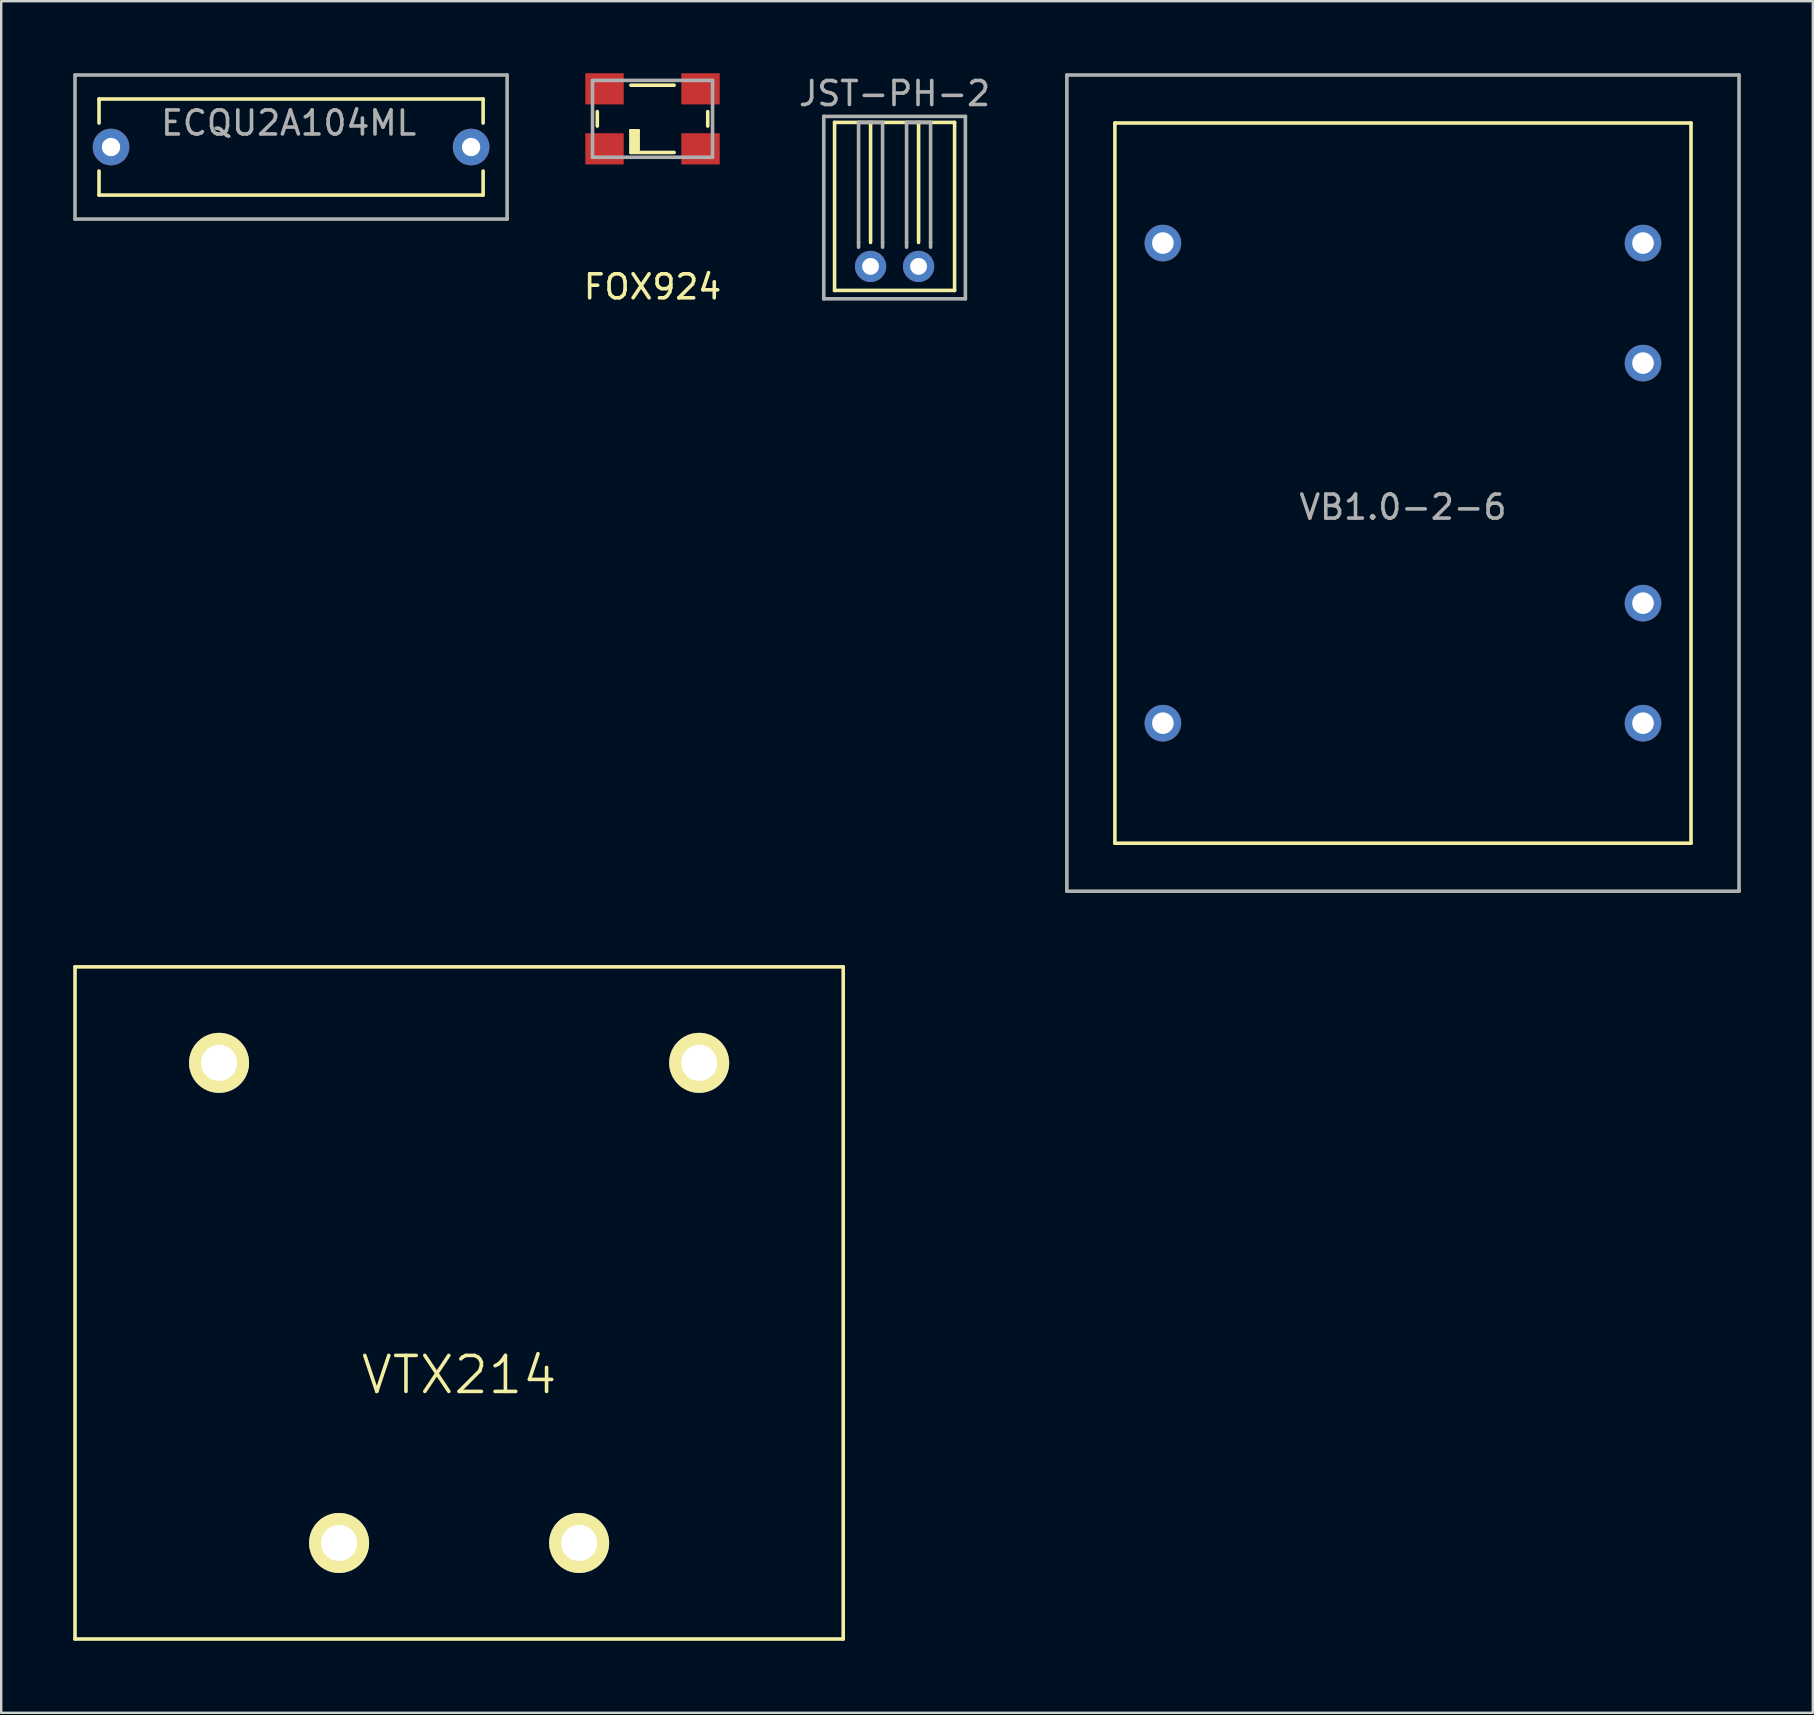
<source format=kicad_pcb>
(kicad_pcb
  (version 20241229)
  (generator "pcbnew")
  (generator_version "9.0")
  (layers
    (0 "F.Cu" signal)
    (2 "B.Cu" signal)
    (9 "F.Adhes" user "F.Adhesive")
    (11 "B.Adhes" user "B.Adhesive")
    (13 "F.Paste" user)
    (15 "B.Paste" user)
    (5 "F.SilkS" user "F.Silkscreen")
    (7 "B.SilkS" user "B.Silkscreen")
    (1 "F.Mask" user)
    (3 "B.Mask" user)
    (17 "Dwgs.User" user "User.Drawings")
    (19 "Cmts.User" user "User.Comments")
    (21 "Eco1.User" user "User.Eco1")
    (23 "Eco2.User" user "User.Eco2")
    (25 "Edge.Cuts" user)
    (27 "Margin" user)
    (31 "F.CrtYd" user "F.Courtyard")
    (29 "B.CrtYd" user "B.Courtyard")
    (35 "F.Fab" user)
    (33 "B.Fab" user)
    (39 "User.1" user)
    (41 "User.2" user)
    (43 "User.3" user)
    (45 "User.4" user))
  (footprint "VB1.0-2-6"
    (layer "F.Cu")
    (at 55.392 17.075)
    (property "Reference" "VB1.0-2-6" (at 0 1 0) (layer "F.Fab") (effects (font (size 1 1) (thickness 0.15))))
    (attr through_hole)
    (fp_line (start -12 -15) (end 12 -15) (stroke (width 0.15) (type solid)) (layer "F.SilkS"))
    (fp_line (start -12 15) (end -12 -15) (stroke (width 0.15) (type solid)) (layer "F.SilkS"))
    (fp_line (start 12 -15) (end 12 15) (stroke (width 0.15) (type solid)) (layer "F.SilkS"))
    (fp_line (start 12 15) (end -12 15) (stroke (width 0.15) (type solid)) (layer "F.SilkS"))
    (fp_line (start -14 -17) (end 14 -17) (stroke (width 0.15) (type solid)) (layer "F.Fab"))
    (fp_line (start -14 17) (end -14 -17) (stroke (width 0.15) (type solid)) (layer "F.Fab"))
    (fp_line (start -14 17) (end 14 17) (stroke (width 0.15) (type solid)) (layer "F.Fab"))
    (fp_line (start 14 17) (end 14 -17) (stroke (width 0.15) (type solid)) (layer "F.Fab"))
    (pad "1" thru_hole circle (at -10 -10) (size 1.524 1.524) (drill 0.9) (layers "*.Cu" "*.Mask"))
    (pad "2" thru_hole circle (at -10 10) (size 1.524 1.524) (drill 0.9) (layers "*.Cu" "*.Mask"))
    (pad "3" thru_hole circle (at 10 -10) (size 1.524 1.524) (drill 0.9) (layers "*.Cu" "*.Mask"))
    (pad "4" thru_hole circle (at 10 -5) (size 1.524 1.524) (drill 0.9) (layers "*.Cu" "*.Mask"))
    (pad "5" thru_hole circle (at 10 5) (size 1.524 1.524) (drill 0.9) (layers "*.Cu" "*.Mask"))
    (pad "6" thru_hole circle (at 10 10) (size 1.524 1.524) (drill 0.9) (layers "*.Cu" "*.Mask")))
  (footprint "JST-PH-2"
    (layer "F.Cu")
    (at 34.215 8.048)
    (property "Reference" "JST-PH-2" (at 0 -7.2 0) (layer "F.Fab") (effects (font (size 1 1) (thickness 0.15))))
    (attr through_hole)
    (fp_line (start -2.5 -6) (end 2.5 -6) (stroke (width 0.15) (type solid)) (layer "F.SilkS"))
    (fp_line (start -2.5 1) (end -2.5 -6) (stroke (width 0.15) (type solid)) (layer "F.SilkS"))
    (fp_line (start -1 -6) (end -1 -1) (stroke (width 0.15) (type solid)) (layer "F.SilkS"))
    (fp_line (start 1 -6) (end 1 -1) (stroke (width 0.15) (type solid)) (layer "F.SilkS"))
    (fp_line (start 2.5 -6) (end 2.5 1) (stroke (width 0.15) (type solid)) (layer "F.SilkS"))
    (fp_line (start 2.5 1) (end -2.5 1) (stroke (width 0.15) (type solid)) (layer "F.SilkS"))
    (fp_line (start -2.95 -6.25) (end -2.95 1.35) (stroke (width 0.15) (type solid)) (layer "F.Fab"))
    (fp_line (start -2.95 1.35) (end 2.95 1.35) (stroke (width 0.15) (type solid)) (layer "F.Fab"))
    (fp_line (start -1.5 -6) (end -0.5 -6) (stroke (width 0.15) (type solid)) (layer "F.Fab"))
    (fp_line (start -1.5 -1) (end -1.5 -6) (stroke (width 0.15) (type solid)) (layer "F.Fab"))
    (fp_line (start -1.5 -1) (end -1.5 -0.8) (stroke (width 0.15) (type solid)) (layer "F.Fab"))
    (fp_line (start -0.5 -6) (end -0.5 -1) (stroke (width 0.15) (type solid)) (layer "F.Fab"))
    (fp_line (start -0.5 -1) (end -0.5 -0.8) (stroke (width 0.15) (type solid)) (layer "F.Fab"))
    (fp_line (start 0.5 -6) (end 1.5 -6) (stroke (width 0.15) (type solid)) (layer "F.Fab"))
    (fp_line (start 0.5 -1) (end 0.5 -6) (stroke (width 0.15) (type solid)) (layer "F.Fab"))
    (fp_line (start 0.5 -1) (end 0.5 -0.8) (stroke (width 0.15) (type solid)) (layer "F.Fab"))
    (fp_line (start 1.5 -6) (end 1.5 -1) (stroke (width 0.15) (type solid)) (layer "F.Fab"))
    (fp_line (start 1.5 -1) (end 1.5 -0.8) (stroke (width 0.15) (type solid)) (layer "F.Fab"))
    (fp_line (start 2.95 -6.25) (end -2.95 -6.25) (stroke (width 0.15) (type solid)) (layer "F.Fab"))
    (fp_line (start 2.95 1.35) (end 2.95 -6.25) (stroke (width 0.15) (type solid)) (layer "F.Fab"))
    (pad "1" thru_hole circle (at 1 0) (size 1.3 1.3) (drill 0.7) (layers "*.Cu" "*.Mask"))
    (pad "2" thru_hole circle (at -1 0) (size 1.3 1.3) (drill 0.7) (layers "*.Cu" "*.Mask")))
  (footprint "FOX924"
    (layer "F.Cu")
    (at 24.132 1.9)
    (property "Reference" "FOX924" (at 0 7 0) (layer "F.SilkS") (effects (font (size 1 1) (thickness 0.15))))
    (attr through_hole)
    (fp_line (start -2.3 -0.3) (end -2.3 0.3) (stroke (width 0.15) (type solid)) (layer "F.SilkS"))
    (fp_line (start -0.9 -1.4) (end 0.9 -1.4) (stroke (width 0.15) (type solid)) (layer "F.SilkS"))
    (fp_line (start -0.9 0.5) (end -0.8 0.5) (stroke (width 0.15) (type solid)) (layer "F.SilkS"))
    (fp_line (start -0.9 0.5) (end -0.6 0.5) (stroke (width 0.15) (type solid)) (layer "F.SilkS"))
    (fp_line (start -0.9 1.4) (end -0.9 0.5) (stroke (width 0.15) (type solid)) (layer "F.SilkS"))
    (fp_line (start -0.9 1.4) (end 0.9 1.4) (stroke (width 0.15) (type solid)) (layer "F.SilkS"))
    (fp_line (start -0.8 0.5) (end -0.8 1.3) (stroke (width 0.15) (type solid)) (layer "F.SilkS"))
    (fp_line (start -0.8 1.3) (end -0.7 1.3) (stroke (width 0.15) (type solid)) (layer "F.SilkS"))
    (fp_line (start -0.7 0.5) (end -0.6 0.5) (stroke (width 0.15) (type solid)) (layer "F.SilkS"))
    (fp_line (start -0.7 1.3) (end -0.7 0.5) (stroke (width 0.15) (type solid)) (layer "F.SilkS"))
    (fp_line (start -0.6 0.5) (end -0.6 1.3) (stroke (width 0.15) (type solid)) (layer "F.SilkS"))
    (fp_line (start 2.3 -0.3) (end 2.3 0.3) (stroke (width 0.15) (type solid)) (layer "F.SilkS"))
    (fp_line (start -2.5 -1.6) (end 2.5 -1.6) (stroke (width 0.15) (type solid)) (layer "F.Fab"))
    (fp_line (start -2.5 1.6) (end -2.5 -1.6) (stroke (width 0.15) (type solid)) (layer "F.Fab"))
    (fp_line (start 2.5 -1.6) (end 2.5 1.6) (stroke (width 0.15) (type solid)) (layer "F.Fab"))
    (fp_line (start 2.5 1.6) (end -2.5 1.6) (stroke (width 0.15) (type solid)) (layer "F.Fab"))
    (pad "1" smd rect (at -2 1.25) (size 1.6 1.3) (layers "F.Cu" "F.Mask" "F.Paste"))
    (pad "2" smd rect (at 2 1.25) (size 1.6 1.3) (layers "F.Cu" "F.Mask" "F.Paste"))
    (pad "3" smd rect (at 2 -1.25) (size 1.6 1.3) (layers "F.Cu" "F.Mask" "F.Paste"))
    (pad "4" smd rect (at -2 -1.25) (size 1.6 1.3) (layers "F.Cu" "F.Mask" "F.Paste")))
  (footprint "VTX214"
    (layer "F.Cu")
    (at 16.075 51.225)
    (property "Reference" "VTX214" (at 0 3 0) (layer "F.SilkS") (effects (font (size 1.5 1.5) (thickness 0.15))))
    (attr through_hole)
    (fp_line (start -16 -14) (end -16 14) (stroke (width 0.15) (type solid)) (layer "F.SilkS"))
    (fp_line (start -16 14) (end 16 14) (stroke (width 0.15) (type solid)) (layer "F.SilkS"))
    (fp_line (start 16 -14) (end -16 -14) (stroke (width 0.15) (type solid)) (layer "F.SilkS"))
    (fp_line (start 16 14) (end 16 -14) (stroke (width 0.15) (type solid)) (layer "F.SilkS"))
    (pad "1" thru_hole circle (at 10 -10) (size 2.5 2.5) (drill 1.5) (layers "*.Cu" "*.Mask" "F.SilkS"))
    (pad "2" thru_hole circle (at -10 -10) (size 2.5 2.5) (drill 1.5) (layers "*.Cu" "*.Mask" "F.SilkS"))
    (pad "3" thru_hole circle (at -5 10) (size 2.5 2.5) (drill 1.5) (layers "*.Cu" "*.Mask" "F.SilkS"))
    (pad "4" thru_hole circle (at 5 10) (size 2.5 2.5) (drill 1.5) (layers "*.Cu" "*.Mask" "F.SilkS")))
  (footprint "ECQU2A104ML"
    (layer "F.Cu")
    (at 9.075 3.075)
    (property "Reference" "ECQU2A104ML" (at -0.1 -1 0) (layer "F.Fab") (effects (font (size 1 1) (thickness 0.15))))
    (attr through_hole)
    (fp_line (start -8 -2) (end -8 -1) (stroke (width 0.15) (type solid)) (layer "F.SilkS"))
    (fp_line (start -8 -2) (end 8 -2) (stroke (width 0.15) (type solid)) (layer "F.SilkS"))
    (fp_line (start -8 2) (end -8 1) (stroke (width 0.15) (type solid)) (layer "F.SilkS"))
    (fp_line (start 8 -2) (end 8 -1) (stroke (width 0.15) (type solid)) (layer "F.SilkS"))
    (fp_line (start 8 1) (end 8 2) (stroke (width 0.15) (type solid)) (layer "F.SilkS"))
    (fp_line (start 8 2) (end -8 2) (stroke (width 0.15) (type solid)) (layer "F.SilkS"))
    (fp_line (start -9 -3) (end -9 3) (stroke (width 0.15) (type solid)) (layer "F.Fab"))
    (fp_line (start -9 3) (end 9 3) (stroke (width 0.15) (type solid)) (layer "F.Fab"))
    (fp_line (start 9 -3) (end -9 -3) (stroke (width 0.15) (type solid)) (layer "F.Fab"))
    (fp_line (start 9 3) (end 9 -3) (stroke (width 0.15) (type solid)) (layer "F.Fab"))
    (pad "1" thru_hole circle (at -7.5 0) (size 1.524 1.524) (drill 0.762) (layers "*.Cu" "*.Mask"))
    (pad "2" thru_hole circle (at 7.5 0) (size 1.524 1.524) (drill 0.762) (layers "*.Cu" "*.Mask")))
  (gr_rect
    (start -3 -3)
    (end 72.467 68.3)
    (stroke (width 0.1) (type default))
    (fill no)
    (layer "Edge.Cuts")))
</source>
